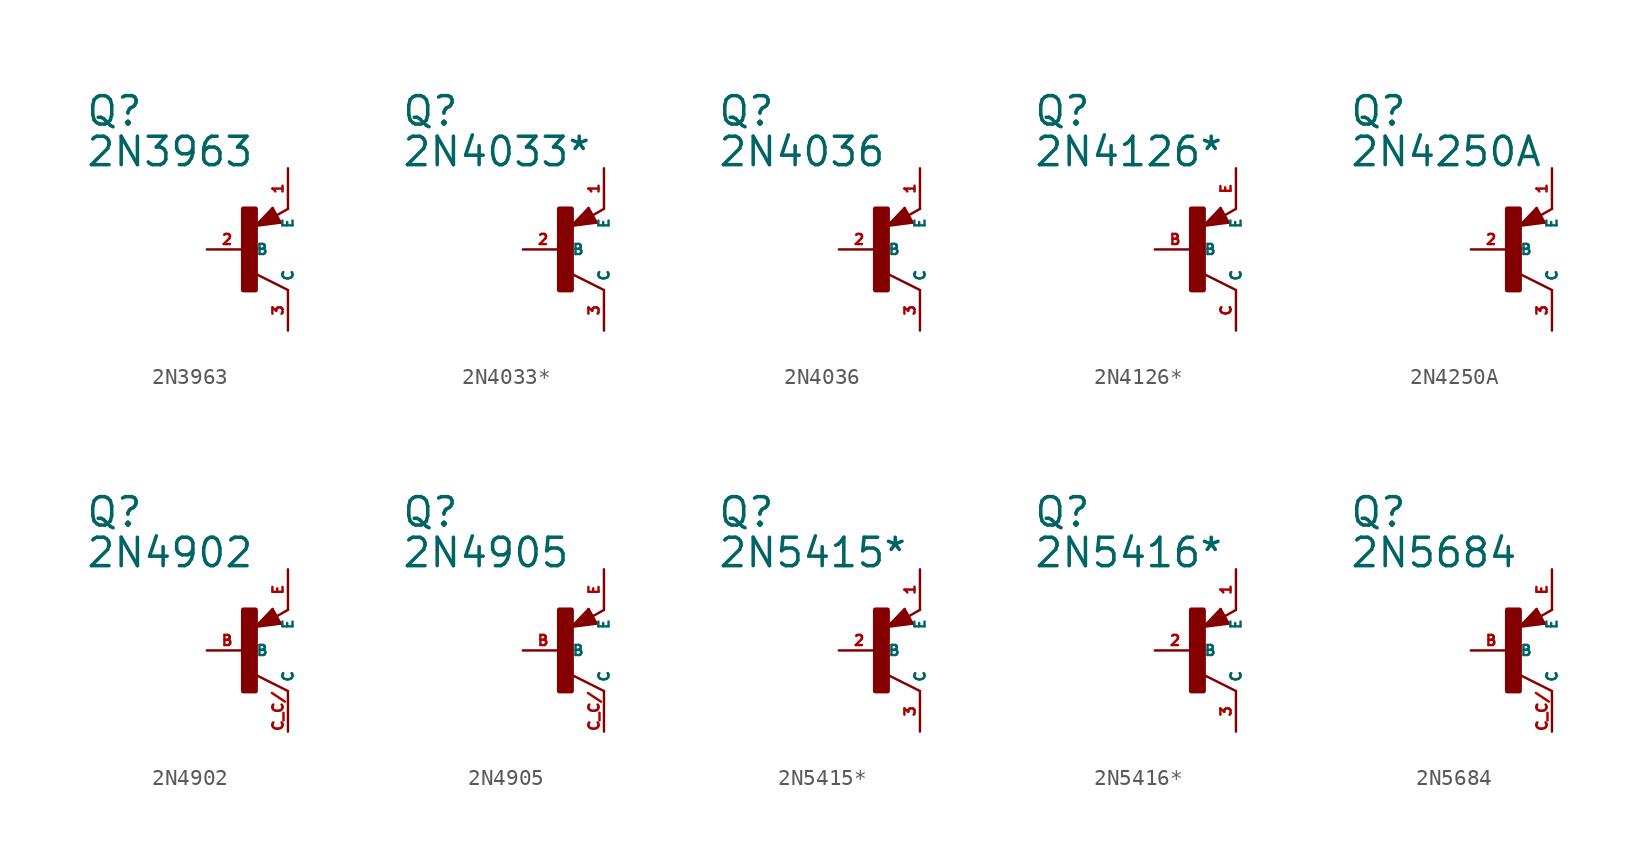
<source format=kicad_sym>
(kicad_symbol_lib
  (version 20220914)
  (generator Eagle2Kicad)
  (symbol "2N3963"
    (property "Reference" "Q"
      (at -10.16 7.62 0)
      (effects (font (size 1.778 1.778) (thickness 0.22)) (justify left bottom)))
    (property "Value" "2N3963"
      (at -10.16 5.08 0)
      (effects (font (size 1.778 1.778) (thickness 0.22)) (justify left bottom)))
    (polyline
      (pts (xy 2.086 1.678) (xy 1.578 2.594))
      (stroke (width 0.152) (type default))
      (fill (type none)))
    (polyline
      (pts (xy 1.578 2.594) (xy 0.516 1.478))
      (stroke (width 0.152) (type default))
      (fill (type none)))
    (polyline
      (pts (xy 0.516 1.478) (xy 2.086 1.678))
      (stroke (width 0.152) (type default))
      (fill (type none)))
    (polyline
      (pts (xy 2.54 2.54) (xy 1.808 2.124))
      (stroke (width 0.152) (type default))
      (fill (type none)))
    (polyline
      (pts (xy 2.54 -2.54) (xy 0.508 -1.524))
      (stroke (width 0.152) (type default))
      (fill (type none)))
    (polyline
      (pts (xy 1.905 1.778) (xy 1.524 2.413))
      (stroke (width 0.254) (type default))
      (fill (type none)))
    (polyline
      (pts (xy 1.524 2.413) (xy 0.762 1.651))
      (stroke (width 0.254) (type default))
      (fill (type none)))
    (polyline
      (pts (xy 0.762 1.651) (xy 1.778 1.778))
      (stroke (width 0.254) (type default))
      (fill (type none)))
    (polyline
      (pts (xy 1.778 1.778) (xy 1.524 2.159))
      (stroke (width 0.254) (type default))
      (fill (type none)))
    (polyline
      (pts (xy 1.524 2.159) (xy 1.143 1.905))
      (stroke (width 0.254) (type default))
      (fill (type none)))
    (polyline
      (pts (xy 1.143 1.905) (xy 1.524 1.905))
      (stroke (width 0.254) (type default))
      (fill (type none)))
    (rectangle
      (start -0.254 -2.54)
      (end 0.508 2.54)
      (stroke (width 0.3) (type default))
      (fill (type outline)))
    (pin passive line
      (at -2.54 0 0)
      (length 2.54)
      (name "B" (effects (font (size 0.635 0.635) (thickness 0.08)) (justify left bottom)))
      (number "2" (effects (font (size 0.635 0.635) (thickness 0.08)) (justify left bottom))))
    (pin passive line
      (at 2.54 5.08 270)
      (length 2.54)
      (name "E" (effects (font (size 0.635 0.635) (thickness 0.08)) (justify left bottom)))
      (number "1" (effects (font (size 0.635 0.635) (thickness 0.08)) (justify left bottom))))
    (pin passive line
      (at 2.54 -5.08 90)
      (length 2.54)
      (name "C" (effects (font (size 0.635 0.635) (thickness 0.08)) (justify left bottom)))
      (number "3" (effects (font (size 0.635 0.635) (thickness 0.08)) (justify left bottom)))))
  (symbol "2N4033*"
    (property "Reference" "Q"
      (at -10.16 7.62 0)
      (effects (font (size 1.778 1.778) (thickness 0.22)) (justify left bottom)))
    (property "Value" "2N4033*"
      (at -10.16 5.08 0)
      (effects (font (size 1.778 1.778) (thickness 0.22)) (justify left bottom)))
    (polyline
      (pts (xy 2.086 1.678) (xy 1.578 2.594))
      (stroke (width 0.152) (type default))
      (fill (type none)))
    (polyline
      (pts (xy 1.578 2.594) (xy 0.516 1.478))
      (stroke (width 0.152) (type default))
      (fill (type none)))
    (polyline
      (pts (xy 0.516 1.478) (xy 2.086 1.678))
      (stroke (width 0.152) (type default))
      (fill (type none)))
    (polyline
      (pts (xy 2.54 2.54) (xy 1.808 2.124))
      (stroke (width 0.152) (type default))
      (fill (type none)))
    (polyline
      (pts (xy 2.54 -2.54) (xy 0.508 -1.524))
      (stroke (width 0.152) (type default))
      (fill (type none)))
    (polyline
      (pts (xy 1.905 1.778) (xy 1.524 2.413))
      (stroke (width 0.254) (type default))
      (fill (type none)))
    (polyline
      (pts (xy 1.524 2.413) (xy 0.762 1.651))
      (stroke (width 0.254) (type default))
      (fill (type none)))
    (polyline
      (pts (xy 0.762 1.651) (xy 1.778 1.778))
      (stroke (width 0.254) (type default))
      (fill (type none)))
    (polyline
      (pts (xy 1.778 1.778) (xy 1.524 2.159))
      (stroke (width 0.254) (type default))
      (fill (type none)))
    (polyline
      (pts (xy 1.524 2.159) (xy 1.143 1.905))
      (stroke (width 0.254) (type default))
      (fill (type none)))
    (polyline
      (pts (xy 1.143 1.905) (xy 1.524 1.905))
      (stroke (width 0.254) (type default))
      (fill (type none)))
    (rectangle
      (start -0.254 -2.54)
      (end 0.508 2.54)
      (stroke (width 0.3) (type default))
      (fill (type outline)))
    (pin passive line
      (at -2.54 0 0)
      (length 2.54)
      (name "B" (effects (font (size 0.635 0.635) (thickness 0.08)) (justify left bottom)))
      (number "2" (effects (font (size 0.635 0.635) (thickness 0.08)) (justify left bottom))))
    (pin passive line
      (at 2.54 5.08 270)
      (length 2.54)
      (name "E" (effects (font (size 0.635 0.635) (thickness 0.08)) (justify left bottom)))
      (number "1" (effects (font (size 0.635 0.635) (thickness 0.08)) (justify left bottom))))
    (pin passive line
      (at 2.54 -5.08 90)
      (length 2.54)
      (name "C" (effects (font (size 0.635 0.635) (thickness 0.08)) (justify left bottom)))
      (number "3" (effects (font (size 0.635 0.635) (thickness 0.08)) (justify left bottom)))))
  (symbol "2N4036"
    (property "Reference" "Q"
      (at -10.16 7.62 0)
      (effects (font (size 1.778 1.778) (thickness 0.22)) (justify left bottom)))
    (property "Value" "2N4036"
      (at -10.16 5.08 0)
      (effects (font (size 1.778 1.778) (thickness 0.22)) (justify left bottom)))
    (polyline
      (pts (xy 2.086 1.678) (xy 1.578 2.594))
      (stroke (width 0.152) (type default))
      (fill (type none)))
    (polyline
      (pts (xy 1.578 2.594) (xy 0.516 1.478))
      (stroke (width 0.152) (type default))
      (fill (type none)))
    (polyline
      (pts (xy 0.516 1.478) (xy 2.086 1.678))
      (stroke (width 0.152) (type default))
      (fill (type none)))
    (polyline
      (pts (xy 2.54 2.54) (xy 1.808 2.124))
      (stroke (width 0.152) (type default))
      (fill (type none)))
    (polyline
      (pts (xy 2.54 -2.54) (xy 0.508 -1.524))
      (stroke (width 0.152) (type default))
      (fill (type none)))
    (polyline
      (pts (xy 1.905 1.778) (xy 1.524 2.413))
      (stroke (width 0.254) (type default))
      (fill (type none)))
    (polyline
      (pts (xy 1.524 2.413) (xy 0.762 1.651))
      (stroke (width 0.254) (type default))
      (fill (type none)))
    (polyline
      (pts (xy 0.762 1.651) (xy 1.778 1.778))
      (stroke (width 0.254) (type default))
      (fill (type none)))
    (polyline
      (pts (xy 1.778 1.778) (xy 1.524 2.159))
      (stroke (width 0.254) (type default))
      (fill (type none)))
    (polyline
      (pts (xy 1.524 2.159) (xy 1.143 1.905))
      (stroke (width 0.254) (type default))
      (fill (type none)))
    (polyline
      (pts (xy 1.143 1.905) (xy 1.524 1.905))
      (stroke (width 0.254) (type default))
      (fill (type none)))
    (rectangle
      (start -0.254 -2.54)
      (end 0.508 2.54)
      (stroke (width 0.3) (type default))
      (fill (type outline)))
    (pin passive line
      (at -2.54 0 0)
      (length 2.54)
      (name "B" (effects (font (size 0.635 0.635) (thickness 0.08)) (justify left bottom)))
      (number "2" (effects (font (size 0.635 0.635) (thickness 0.08)) (justify left bottom))))
    (pin passive line
      (at 2.54 5.08 270)
      (length 2.54)
      (name "E" (effects (font (size 0.635 0.635) (thickness 0.08)) (justify left bottom)))
      (number "1" (effects (font (size 0.635 0.635) (thickness 0.08)) (justify left bottom))))
    (pin passive line
      (at 2.54 -5.08 90)
      (length 2.54)
      (name "C" (effects (font (size 0.635 0.635) (thickness 0.08)) (justify left bottom)))
      (number "3" (effects (font (size 0.635 0.635) (thickness 0.08)) (justify left bottom)))))
  (symbol "2N4126*"
    (property "Reference" "Q"
      (at -10.16 7.62 0)
      (effects (font (size 1.778 1.778) (thickness 0.22)) (justify left bottom)))
    (property "Value" "2N4126*"
      (at -10.16 5.08 0)
      (effects (font (size 1.778 1.778) (thickness 0.22)) (justify left bottom)))
    (polyline
      (pts (xy 2.086 1.678) (xy 1.578 2.594))
      (stroke (width 0.152) (type default))
      (fill (type none)))
    (polyline
      (pts (xy 1.578 2.594) (xy 0.516 1.478))
      (stroke (width 0.152) (type default))
      (fill (type none)))
    (polyline
      (pts (xy 0.516 1.478) (xy 2.086 1.678))
      (stroke (width 0.152) (type default))
      (fill (type none)))
    (polyline
      (pts (xy 2.54 2.54) (xy 1.808 2.124))
      (stroke (width 0.152) (type default))
      (fill (type none)))
    (polyline
      (pts (xy 2.54 -2.54) (xy 0.508 -1.524))
      (stroke (width 0.152) (type default))
      (fill (type none)))
    (polyline
      (pts (xy 1.905 1.778) (xy 1.524 2.413))
      (stroke (width 0.254) (type default))
      (fill (type none)))
    (polyline
      (pts (xy 1.524 2.413) (xy 0.762 1.651))
      (stroke (width 0.254) (type default))
      (fill (type none)))
    (polyline
      (pts (xy 0.762 1.651) (xy 1.778 1.778))
      (stroke (width 0.254) (type default))
      (fill (type none)))
    (polyline
      (pts (xy 1.778 1.778) (xy 1.524 2.159))
      (stroke (width 0.254) (type default))
      (fill (type none)))
    (polyline
      (pts (xy 1.524 2.159) (xy 1.143 1.905))
      (stroke (width 0.254) (type default))
      (fill (type none)))
    (polyline
      (pts (xy 1.143 1.905) (xy 1.524 1.905))
      (stroke (width 0.254) (type default))
      (fill (type none)))
    (rectangle
      (start -0.254 -2.54)
      (end 0.508 2.54)
      (stroke (width 0.3) (type default))
      (fill (type outline)))
    (pin passive line
      (at -2.54 0 0)
      (length 2.54)
      (name "B" (effects (font (size 0.635 0.635) (thickness 0.08)) (justify left bottom)))
      (number "B" (effects (font (size 0.635 0.635) (thickness 0.08)) (justify left bottom))))
    (pin passive line
      (at 2.54 5.08 270)
      (length 2.54)
      (name "E" (effects (font (size 0.635 0.635) (thickness 0.08)) (justify left bottom)))
      (number "E" (effects (font (size 0.635 0.635) (thickness 0.08)) (justify left bottom))))
    (pin passive line
      (at 2.54 -5.08 90)
      (length 2.54)
      (name "C" (effects (font (size 0.635 0.635) (thickness 0.08)) (justify left bottom)))
      (number "C" (effects (font (size 0.635 0.635) (thickness 0.08)) (justify left bottom)))))
  (symbol "2N4250A"
    (property "Reference" "Q"
      (at -10.16 7.62 0)
      (effects (font (size 1.778 1.778) (thickness 0.22)) (justify left bottom)))
    (property "Value" "2N4250A"
      (at -10.16 5.08 0)
      (effects (font (size 1.778 1.778) (thickness 0.22)) (justify left bottom)))
    (polyline
      (pts (xy 2.086 1.678) (xy 1.578 2.594))
      (stroke (width 0.152) (type default))
      (fill (type none)))
    (polyline
      (pts (xy 1.578 2.594) (xy 0.516 1.478))
      (stroke (width 0.152) (type default))
      (fill (type none)))
    (polyline
      (pts (xy 0.516 1.478) (xy 2.086 1.678))
      (stroke (width 0.152) (type default))
      (fill (type none)))
    (polyline
      (pts (xy 2.54 2.54) (xy 1.808 2.124))
      (stroke (width 0.152) (type default))
      (fill (type none)))
    (polyline
      (pts (xy 2.54 -2.54) (xy 0.508 -1.524))
      (stroke (width 0.152) (type default))
      (fill (type none)))
    (polyline
      (pts (xy 1.905 1.778) (xy 1.524 2.413))
      (stroke (width 0.254) (type default))
      (fill (type none)))
    (polyline
      (pts (xy 1.524 2.413) (xy 0.762 1.651))
      (stroke (width 0.254) (type default))
      (fill (type none)))
    (polyline
      (pts (xy 0.762 1.651) (xy 1.778 1.778))
      (stroke (width 0.254) (type default))
      (fill (type none)))
    (polyline
      (pts (xy 1.778 1.778) (xy 1.524 2.159))
      (stroke (width 0.254) (type default))
      (fill (type none)))
    (polyline
      (pts (xy 1.524 2.159) (xy 1.143 1.905))
      (stroke (width 0.254) (type default))
      (fill (type none)))
    (polyline
      (pts (xy 1.143 1.905) (xy 1.524 1.905))
      (stroke (width 0.254) (type default))
      (fill (type none)))
    (rectangle
      (start -0.254 -2.54)
      (end 0.508 2.54)
      (stroke (width 0.3) (type default))
      (fill (type outline)))
    (pin passive line
      (at -2.54 0 0)
      (length 2.54)
      (name "B" (effects (font (size 0.635 0.635) (thickness 0.08)) (justify left bottom)))
      (number "2" (effects (font (size 0.635 0.635) (thickness 0.08)) (justify left bottom))))
    (pin passive line
      (at 2.54 5.08 270)
      (length 2.54)
      (name "E" (effects (font (size 0.635 0.635) (thickness 0.08)) (justify left bottom)))
      (number "1" (effects (font (size 0.635 0.635) (thickness 0.08)) (justify left bottom))))
    (pin passive line
      (at 2.54 -5.08 90)
      (length 2.54)
      (name "C" (effects (font (size 0.635 0.635) (thickness 0.08)) (justify left bottom)))
      (number "3" (effects (font (size 0.635 0.635) (thickness 0.08)) (justify left bottom)))))
  (symbol "2N4902"
    (property "Reference" "Q"
      (at -10.16 7.62 0)
      (effects (font (size 1.778 1.778) (thickness 0.22)) (justify left bottom)))
    (property "Value" "2N4902"
      (at -10.16 5.08 0)
      (effects (font (size 1.778 1.778) (thickness 0.22)) (justify left bottom)))
    (polyline
      (pts (xy 2.086 1.678) (xy 1.578 2.594))
      (stroke (width 0.152) (type default))
      (fill (type none)))
    (polyline
      (pts (xy 1.578 2.594) (xy 0.516 1.478))
      (stroke (width 0.152) (type default))
      (fill (type none)))
    (polyline
      (pts (xy 0.516 1.478) (xy 2.086 1.678))
      (stroke (width 0.152) (type default))
      (fill (type none)))
    (polyline
      (pts (xy 2.54 2.54) (xy 1.808 2.124))
      (stroke (width 0.152) (type default))
      (fill (type none)))
    (polyline
      (pts (xy 2.54 -2.54) (xy 0.508 -1.524))
      (stroke (width 0.152) (type default))
      (fill (type none)))
    (polyline
      (pts (xy 1.905 1.778) (xy 1.524 2.413))
      (stroke (width 0.254) (type default))
      (fill (type none)))
    (polyline
      (pts (xy 1.524 2.413) (xy 0.762 1.651))
      (stroke (width 0.254) (type default))
      (fill (type none)))
    (polyline
      (pts (xy 0.762 1.651) (xy 1.778 1.778))
      (stroke (width 0.254) (type default))
      (fill (type none)))
    (polyline
      (pts (xy 1.778 1.778) (xy 1.524 2.159))
      (stroke (width 0.254) (type default))
      (fill (type none)))
    (polyline
      (pts (xy 1.524 2.159) (xy 1.143 1.905))
      (stroke (width 0.254) (type default))
      (fill (type none)))
    (polyline
      (pts (xy 1.143 1.905) (xy 1.524 1.905))
      (stroke (width 0.254) (type default))
      (fill (type none)))
    (rectangle
      (start -0.254 -2.54)
      (end 0.508 2.54)
      (stroke (width 0.3) (type default))
      (fill (type outline)))
    (pin passive line
      (at -2.54 0 0)
      (length 2.54)
      (name "B" (effects (font (size 0.635 0.635) (thickness 0.08)) (justify left bottom)))
      (number "B" (effects (font (size 0.635 0.635) (thickness 0.08)) (justify left bottom))))
    (pin passive line
      (at 2.54 5.08 270)
      (length 2.54)
      (name "E" (effects (font (size 0.635 0.635) (thickness 0.08)) (justify left bottom)))
      (number "E" (effects (font (size 0.635 0.635) (thickness 0.08)) (justify left bottom))))
    (pin passive line
      (at 2.54 -5.08 90)
      (length 2.54)
      (name "C" (effects (font (size 0.635 0.635) (thickness 0.08)) (justify left bottom)))
      (number "C C/" (effects (font (size 0.635 0.635) (thickness 0.08)) (justify left bottom)))))
  (symbol "2N4905"
    (property "Reference" "Q"
      (at -10.16 7.62 0)
      (effects (font (size 1.778 1.778) (thickness 0.22)) (justify left bottom)))
    (property "Value" "2N4905"
      (at -10.16 5.08 0)
      (effects (font (size 1.778 1.778) (thickness 0.22)) (justify left bottom)))
    (polyline
      (pts (xy 2.086 1.678) (xy 1.578 2.594))
      (stroke (width 0.152) (type default))
      (fill (type none)))
    (polyline
      (pts (xy 1.578 2.594) (xy 0.516 1.478))
      (stroke (width 0.152) (type default))
      (fill (type none)))
    (polyline
      (pts (xy 0.516 1.478) (xy 2.086 1.678))
      (stroke (width 0.152) (type default))
      (fill (type none)))
    (polyline
      (pts (xy 2.54 2.54) (xy 1.808 2.124))
      (stroke (width 0.152) (type default))
      (fill (type none)))
    (polyline
      (pts (xy 2.54 -2.54) (xy 0.508 -1.524))
      (stroke (width 0.152) (type default))
      (fill (type none)))
    (polyline
      (pts (xy 1.905 1.778) (xy 1.524 2.413))
      (stroke (width 0.254) (type default))
      (fill (type none)))
    (polyline
      (pts (xy 1.524 2.413) (xy 0.762 1.651))
      (stroke (width 0.254) (type default))
      (fill (type none)))
    (polyline
      (pts (xy 0.762 1.651) (xy 1.778 1.778))
      (stroke (width 0.254) (type default))
      (fill (type none)))
    (polyline
      (pts (xy 1.778 1.778) (xy 1.524 2.159))
      (stroke (width 0.254) (type default))
      (fill (type none)))
    (polyline
      (pts (xy 1.524 2.159) (xy 1.143 1.905))
      (stroke (width 0.254) (type default))
      (fill (type none)))
    (polyline
      (pts (xy 1.143 1.905) (xy 1.524 1.905))
      (stroke (width 0.254) (type default))
      (fill (type none)))
    (rectangle
      (start -0.254 -2.54)
      (end 0.508 2.54)
      (stroke (width 0.3) (type default))
      (fill (type outline)))
    (pin passive line
      (at -2.54 0 0)
      (length 2.54)
      (name "B" (effects (font (size 0.635 0.635) (thickness 0.08)) (justify left bottom)))
      (number "B" (effects (font (size 0.635 0.635) (thickness 0.08)) (justify left bottom))))
    (pin passive line
      (at 2.54 5.08 270)
      (length 2.54)
      (name "E" (effects (font (size 0.635 0.635) (thickness 0.08)) (justify left bottom)))
      (number "E" (effects (font (size 0.635 0.635) (thickness 0.08)) (justify left bottom))))
    (pin passive line
      (at 2.54 -5.08 90)
      (length 2.54)
      (name "C" (effects (font (size 0.635 0.635) (thickness 0.08)) (justify left bottom)))
      (number "C C/" (effects (font (size 0.635 0.635) (thickness 0.08)) (justify left bottom)))))
  (symbol "2N5415*"
    (property "Reference" "Q"
      (at -10.16 7.62 0)
      (effects (font (size 1.778 1.778) (thickness 0.22)) (justify left bottom)))
    (property "Value" "2N5415*"
      (at -10.16 5.08 0)
      (effects (font (size 1.778 1.778) (thickness 0.22)) (justify left bottom)))
    (polyline
      (pts (xy 2.086 1.678) (xy 1.578 2.594))
      (stroke (width 0.152) (type default))
      (fill (type none)))
    (polyline
      (pts (xy 1.578 2.594) (xy 0.516 1.478))
      (stroke (width 0.152) (type default))
      (fill (type none)))
    (polyline
      (pts (xy 0.516 1.478) (xy 2.086 1.678))
      (stroke (width 0.152) (type default))
      (fill (type none)))
    (polyline
      (pts (xy 2.54 2.54) (xy 1.808 2.124))
      (stroke (width 0.152) (type default))
      (fill (type none)))
    (polyline
      (pts (xy 2.54 -2.54) (xy 0.508 -1.524))
      (stroke (width 0.152) (type default))
      (fill (type none)))
    (polyline
      (pts (xy 1.905 1.778) (xy 1.524 2.413))
      (stroke (width 0.254) (type default))
      (fill (type none)))
    (polyline
      (pts (xy 1.524 2.413) (xy 0.762 1.651))
      (stroke (width 0.254) (type default))
      (fill (type none)))
    (polyline
      (pts (xy 0.762 1.651) (xy 1.778 1.778))
      (stroke (width 0.254) (type default))
      (fill (type none)))
    (polyline
      (pts (xy 1.778 1.778) (xy 1.524 2.159))
      (stroke (width 0.254) (type default))
      (fill (type none)))
    (polyline
      (pts (xy 1.524 2.159) (xy 1.143 1.905))
      (stroke (width 0.254) (type default))
      (fill (type none)))
    (polyline
      (pts (xy 1.143 1.905) (xy 1.524 1.905))
      (stroke (width 0.254) (type default))
      (fill (type none)))
    (rectangle
      (start -0.254 -2.54)
      (end 0.508 2.54)
      (stroke (width 0.3) (type default))
      (fill (type outline)))
    (pin passive line
      (at -2.54 0 0)
      (length 2.54)
      (name "B" (effects (font (size 0.635 0.635) (thickness 0.08)) (justify left bottom)))
      (number "2" (effects (font (size 0.635 0.635) (thickness 0.08)) (justify left bottom))))
    (pin passive line
      (at 2.54 5.08 270)
      (length 2.54)
      (name "E" (effects (font (size 0.635 0.635) (thickness 0.08)) (justify left bottom)))
      (number "1" (effects (font (size 0.635 0.635) (thickness 0.08)) (justify left bottom))))
    (pin passive line
      (at 2.54 -5.08 90)
      (length 2.54)
      (name "C" (effects (font (size 0.635 0.635) (thickness 0.08)) (justify left bottom)))
      (number "3" (effects (font (size 0.635 0.635) (thickness 0.08)) (justify left bottom)))))
  (symbol "2N5416*"
    (property "Reference" "Q"
      (at -10.16 7.62 0)
      (effects (font (size 1.778 1.778) (thickness 0.22)) (justify left bottom)))
    (property "Value" "2N5416*"
      (at -10.16 5.08 0)
      (effects (font (size 1.778 1.778) (thickness 0.22)) (justify left bottom)))
    (polyline
      (pts (xy 2.086 1.678) (xy 1.578 2.594))
      (stroke (width 0.152) (type default))
      (fill (type none)))
    (polyline
      (pts (xy 1.578 2.594) (xy 0.516 1.478))
      (stroke (width 0.152) (type default))
      (fill (type none)))
    (polyline
      (pts (xy 0.516 1.478) (xy 2.086 1.678))
      (stroke (width 0.152) (type default))
      (fill (type none)))
    (polyline
      (pts (xy 2.54 2.54) (xy 1.808 2.124))
      (stroke (width 0.152) (type default))
      (fill (type none)))
    (polyline
      (pts (xy 2.54 -2.54) (xy 0.508 -1.524))
      (stroke (width 0.152) (type default))
      (fill (type none)))
    (polyline
      (pts (xy 1.905 1.778) (xy 1.524 2.413))
      (stroke (width 0.254) (type default))
      (fill (type none)))
    (polyline
      (pts (xy 1.524 2.413) (xy 0.762 1.651))
      (stroke (width 0.254) (type default))
      (fill (type none)))
    (polyline
      (pts (xy 0.762 1.651) (xy 1.778 1.778))
      (stroke (width 0.254) (type default))
      (fill (type none)))
    (polyline
      (pts (xy 1.778 1.778) (xy 1.524 2.159))
      (stroke (width 0.254) (type default))
      (fill (type none)))
    (polyline
      (pts (xy 1.524 2.159) (xy 1.143 1.905))
      (stroke (width 0.254) (type default))
      (fill (type none)))
    (polyline
      (pts (xy 1.143 1.905) (xy 1.524 1.905))
      (stroke (width 0.254) (type default))
      (fill (type none)))
    (rectangle
      (start -0.254 -2.54)
      (end 0.508 2.54)
      (stroke (width 0.3) (type default))
      (fill (type outline)))
    (pin passive line
      (at -2.54 0 0)
      (length 2.54)
      (name "B" (effects (font (size 0.635 0.635) (thickness 0.08)) (justify left bottom)))
      (number "2" (effects (font (size 0.635 0.635) (thickness 0.08)) (justify left bottom))))
    (pin passive line
      (at 2.54 5.08 270)
      (length 2.54)
      (name "E" (effects (font (size 0.635 0.635) (thickness 0.08)) (justify left bottom)))
      (number "1" (effects (font (size 0.635 0.635) (thickness 0.08)) (justify left bottom))))
    (pin passive line
      (at 2.54 -5.08 90)
      (length 2.54)
      (name "C" (effects (font (size 0.635 0.635) (thickness 0.08)) (justify left bottom)))
      (number "3" (effects (font (size 0.635 0.635) (thickness 0.08)) (justify left bottom)))))
  (symbol "2N5684"
    (property "Reference" "Q"
      (at -10.16 7.62 0)
      (effects (font (size 1.778 1.778) (thickness 0.22)) (justify left bottom)))
    (property "Value" "2N5684"
      (at -10.16 5.08 0)
      (effects (font (size 1.778 1.778) (thickness 0.22)) (justify left bottom)))
    (polyline
      (pts (xy 2.086 1.678) (xy 1.578 2.594))
      (stroke (width 0.152) (type default))
      (fill (type none)))
    (polyline
      (pts (xy 1.578 2.594) (xy 0.516 1.478))
      (stroke (width 0.152) (type default))
      (fill (type none)))
    (polyline
      (pts (xy 0.516 1.478) (xy 2.086 1.678))
      (stroke (width 0.152) (type default))
      (fill (type none)))
    (polyline
      (pts (xy 2.54 2.54) (xy 1.808 2.124))
      (stroke (width 0.152) (type default))
      (fill (type none)))
    (polyline
      (pts (xy 2.54 -2.54) (xy 0.508 -1.524))
      (stroke (width 0.152) (type default))
      (fill (type none)))
    (polyline
      (pts (xy 1.905 1.778) (xy 1.524 2.413))
      (stroke (width 0.254) (type default))
      (fill (type none)))
    (polyline
      (pts (xy 1.524 2.413) (xy 0.762 1.651))
      (stroke (width 0.254) (type default))
      (fill (type none)))
    (polyline
      (pts (xy 0.762 1.651) (xy 1.778 1.778))
      (stroke (width 0.254) (type default))
      (fill (type none)))
    (polyline
      (pts (xy 1.778 1.778) (xy 1.524 2.159))
      (stroke (width 0.254) (type default))
      (fill (type none)))
    (polyline
      (pts (xy 1.524 2.159) (xy 1.143 1.905))
      (stroke (width 0.254) (type default))
      (fill (type none)))
    (polyline
      (pts (xy 1.143 1.905) (xy 1.524 1.905))
      (stroke (width 0.254) (type default))
      (fill (type none)))
    (rectangle
      (start -0.254 -2.54)
      (end 0.508 2.54)
      (stroke (width 0.3) (type default))
      (fill (type outline)))
    (pin passive line
      (at -2.54 0 0)
      (length 2.54)
      (name "B" (effects (font (size 0.635 0.635) (thickness 0.08)) (justify left bottom)))
      (number "B" (effects (font (size 0.635 0.635) (thickness 0.08)) (justify left bottom))))
    (pin passive line
      (at 2.54 5.08 270)
      (length 2.54)
      (name "E" (effects (font (size 0.635 0.635) (thickness 0.08)) (justify left bottom)))
      (number "E" (effects (font (size 0.635 0.635) (thickness 0.08)) (justify left bottom))))
    (pin passive line
      (at 2.54 -5.08 90)
      (length 2.54)
      (name "C" (effects (font (size 0.635 0.635) (thickness 0.08)) (justify left bottom)))
      (number "C C/" (effects (font (size 0.635 0.635) (thickness 0.08)) (justify left bottom))))))
</source>
